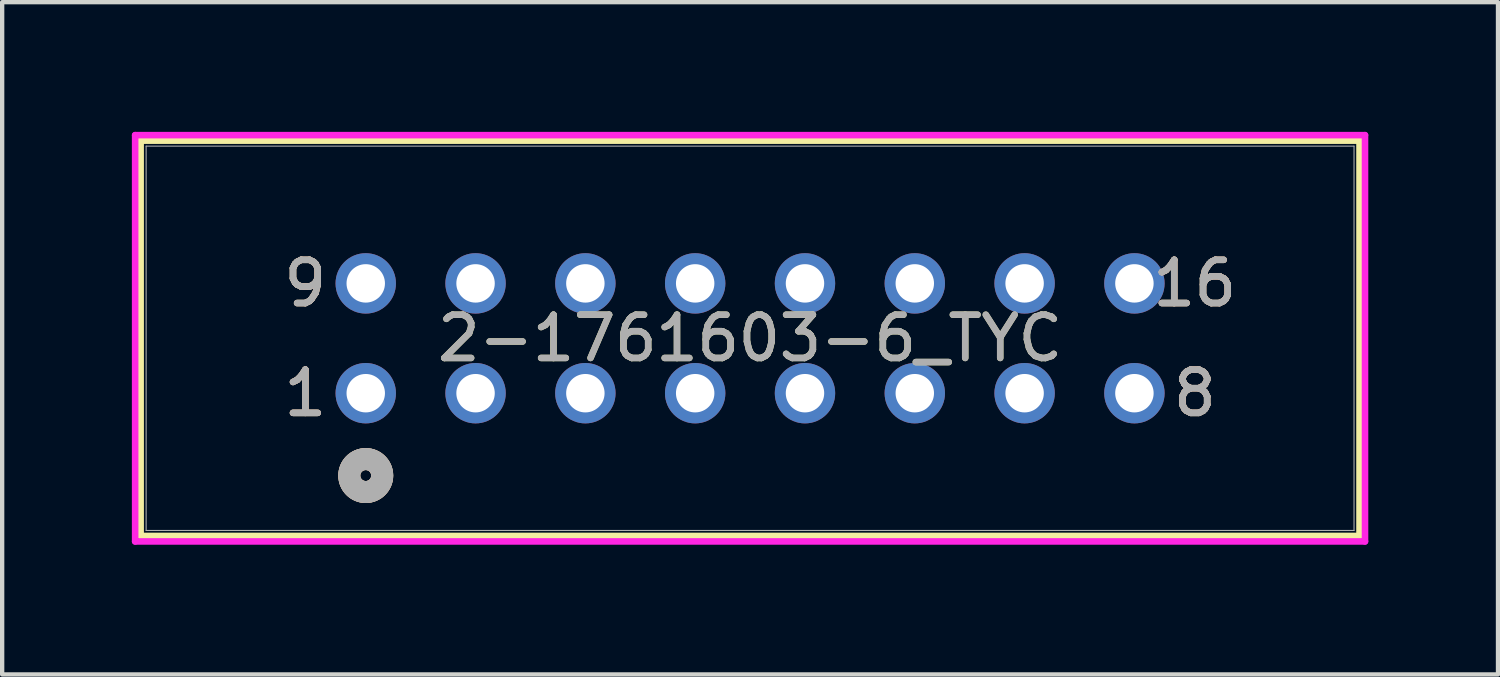
<source format=kicad_pcb>
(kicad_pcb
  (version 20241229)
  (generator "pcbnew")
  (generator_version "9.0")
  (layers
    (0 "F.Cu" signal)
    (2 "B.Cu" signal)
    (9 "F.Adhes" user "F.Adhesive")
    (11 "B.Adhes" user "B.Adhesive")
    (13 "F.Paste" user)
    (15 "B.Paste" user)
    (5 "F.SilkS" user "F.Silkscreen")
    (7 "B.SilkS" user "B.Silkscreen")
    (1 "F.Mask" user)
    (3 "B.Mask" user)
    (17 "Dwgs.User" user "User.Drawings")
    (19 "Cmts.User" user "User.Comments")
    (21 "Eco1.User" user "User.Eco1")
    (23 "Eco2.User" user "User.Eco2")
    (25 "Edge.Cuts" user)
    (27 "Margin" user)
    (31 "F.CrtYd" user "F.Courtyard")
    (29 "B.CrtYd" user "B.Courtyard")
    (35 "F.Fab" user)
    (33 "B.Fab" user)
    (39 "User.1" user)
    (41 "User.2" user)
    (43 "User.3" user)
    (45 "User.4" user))
  (footprint "2-1761603-6_TYC"
    (layer "F.Cu")
    (at 5.41 6.045)
    (property "Reference" "2-1761603-6_TYC" (at 8.89 -1.27 0) (unlocked yes) (layer "F.SilkS") (effects (font (size 1 1) (thickness 0.15))))
    (attr through_hole)
    (fp_line (start -5.207 -5.842) (end -5.207 3.302) (stroke (width 0.152) (type solid)) (layer "F.SilkS"))
    (fp_line (start -5.207 3.302) (end 22.987 3.302) (stroke (width 0.152) (type solid)) (layer "F.SilkS"))
    (fp_line (start 22.987 -5.842) (end -5.207 -5.842) (stroke (width 0.152) (type solid)) (layer "F.SilkS"))
    (fp_line (start 22.987 3.302) (end 22.987 -5.842) (stroke (width 0.152) (type solid)) (layer "F.SilkS"))
    (fp_circle (center 0 1.905) (end 0.381 1.905) (stroke (width 0.508) (type solid)) (fill no) (layer "F.SilkS"))
    (fp_circle (center 0 1.905) (end 0.381 1.905) (stroke (width 0.508) (type solid)) (fill no) (layer "B.SilkS"))
    (fp_line (start -5.334 -5.969) (end -5.334 3.429) (stroke (width 0.152) (type solid)) (layer "F.CrtYd"))
    (fp_line (start -5.334 3.429) (end 23.114 3.429) (stroke (width 0.152) (type solid)) (layer "F.CrtYd"))
    (fp_line (start 23.114 -5.969) (end -5.334 -5.969) (stroke (width 0.152) (type solid)) (layer "F.CrtYd"))
    (fp_line (start 23.114 3.429) (end 23.114 -5.969) (stroke (width 0.152) (type solid)) (layer "F.CrtYd"))
    (fp_line (start -5.08 -5.715) (end -5.08 3.175) (stroke (width 0.025) (type solid)) (layer "F.Fab"))
    (fp_line (start -5.08 3.175) (end 22.86 3.175) (stroke (width 0.025) (type solid)) (layer "F.Fab"))
    (fp_line (start 22.86 -5.715) (end -5.08 -5.715) (stroke (width 0.025) (type solid)) (layer "F.Fab"))
    (fp_line (start 22.86 3.175) (end 22.86 -5.715) (stroke (width 0.025) (type solid)) (layer "F.Fab"))
    (fp_circle (center 0 1.905) (end 0.381 1.905) (stroke (width 0.508) (type solid)) (fill no) (layer "F.Fab"))
    (fp_text user "1" (at -1.397 0 0) (unlocked yes) (layer "F.SilkS") (effects (font (size 1 1) (thickness 0.15))))
    (fp_text user "16" (at 19.177 -2.54 0) (unlocked yes) (layer "F.SilkS") (effects (font (size 1 1) (thickness 0.15))))
    (fp_text user "8" (at 19.177 0 0) (unlocked yes) (layer "F.SilkS") (effects (font (size 1 1) (thickness 0.15))))
    (fp_text user "9" (at -1.397 -2.54 0) (unlocked yes) (layer "F.SilkS") (effects (font (size 1 1) (thickness 0.15))))
    (fp_text user "16" (at 19.177 -2.54 0) (unlocked yes) (layer "B.SilkS") (effects (font (size 1 1) (thickness 0.15))))
    (fp_text user "9" (at -1.397 -2.54 0) (unlocked yes) (layer "B.SilkS") (effects (font (size 1 1) (thickness 0.15))))
    (fp_text user "1" (at -1.397 0 0) (unlocked yes) (layer "B.SilkS") (effects (font (size 1 1) (thickness 0.15))))
    (fp_text user "8" (at 19.177 0 0) (unlocked yes) (layer "B.SilkS") (effects (font (size 1 1) (thickness 0.15))))
    (fp_text user "9" (at -1.397 -2.54 0) (unlocked yes) (layer "F.Fab") (effects (font (size 1 1) (thickness 0.15))))
    (fp_text user "16" (at 19.177 -2.54 0) (unlocked yes) (layer "F.Fab") (effects (font (size 1 1) (thickness 0.15))))
    (fp_text user "${REFERENCE}" (at 8.89 -1.27 0) (unlocked yes) (layer "F.Fab") (effects (font (size 1 1) (thickness 0.15))))
    (fp_text user "1" (at -1.397 0 0) (unlocked yes) (layer "F.Fab") (effects (font (size 1 1) (thickness 0.15))))
    (fp_text user "8" (at 19.177 0 0) (unlocked yes) (layer "F.Fab") (effects (font (size 1 1) (thickness 0.15))))
    (pad "1" thru_hole circle (at 0 0) (size 1.397 1.397) (drill 0.889) (layers "*.Cu" "*.Mask"))
    (pad "2" thru_hole circle (at 2.54 0) (size 1.397 1.397) (drill 0.889) (layers "*.Cu" "*.Mask"))
    (pad "3" thru_hole circle (at 5.08 0) (size 1.397 1.397) (drill 0.889) (layers "*.Cu" "*.Mask"))
    (pad "4" thru_hole circle (at 7.62 0) (size 1.397 1.397) (drill 0.889) (layers "*.Cu" "*.Mask"))
    (pad "5" thru_hole circle (at 10.16 0) (size 1.397 1.397) (drill 0.889) (layers "*.Cu" "*.Mask"))
    (pad "6" thru_hole circle (at 12.7 0) (size 1.397 1.397) (drill 0.889) (layers "*.Cu" "*.Mask"))
    (pad "7" thru_hole circle (at 15.24 0) (size 1.397 1.397) (drill 0.889) (layers "*.Cu" "*.Mask"))
    (pad "8" thru_hole circle (at 17.78 0) (size 1.397 1.397) (drill 0.889) (layers "*.Cu" "*.Mask"))
    (pad "9" thru_hole circle (at 0 -2.54) (size 1.397 1.397) (drill 0.889) (layers "*.Cu" "*.Mask"))
    (pad "10" thru_hole circle (at 2.54 -2.54) (size 1.397 1.397) (drill 0.889) (layers "*.Cu" "*.Mask"))
    (pad "11" thru_hole circle (at 5.08 -2.54) (size 1.397 1.397) (drill 0.889) (layers "*.Cu" "*.Mask"))
    (pad "12" thru_hole circle (at 7.62 -2.54) (size 1.397 1.397) (drill 0.889) (layers "*.Cu" "*.Mask"))
    (pad "13" thru_hole circle (at 10.16 -2.54) (size 1.397 1.397) (drill 0.889) (layers "*.Cu" "*.Mask"))
    (pad "14" thru_hole circle (at 12.7 -2.54) (size 1.397 1.397) (drill 0.889) (layers "*.Cu" "*.Mask"))
    (pad "15" thru_hole circle (at 15.24 -2.54) (size 1.397 1.397) (drill 0.889) (layers "*.Cu" "*.Mask"))
    (pad "16" thru_hole circle (at 17.78 -2.54) (size 1.397 1.397) (drill 0.889) (layers "*.Cu" "*.Mask")))
  (gr_rect
    (start -3 -3)
    (end 31.6 12.55)
    (stroke (width 0.1) (type default))
    (fill no)
    (layer "Edge.Cuts")))
</source>
